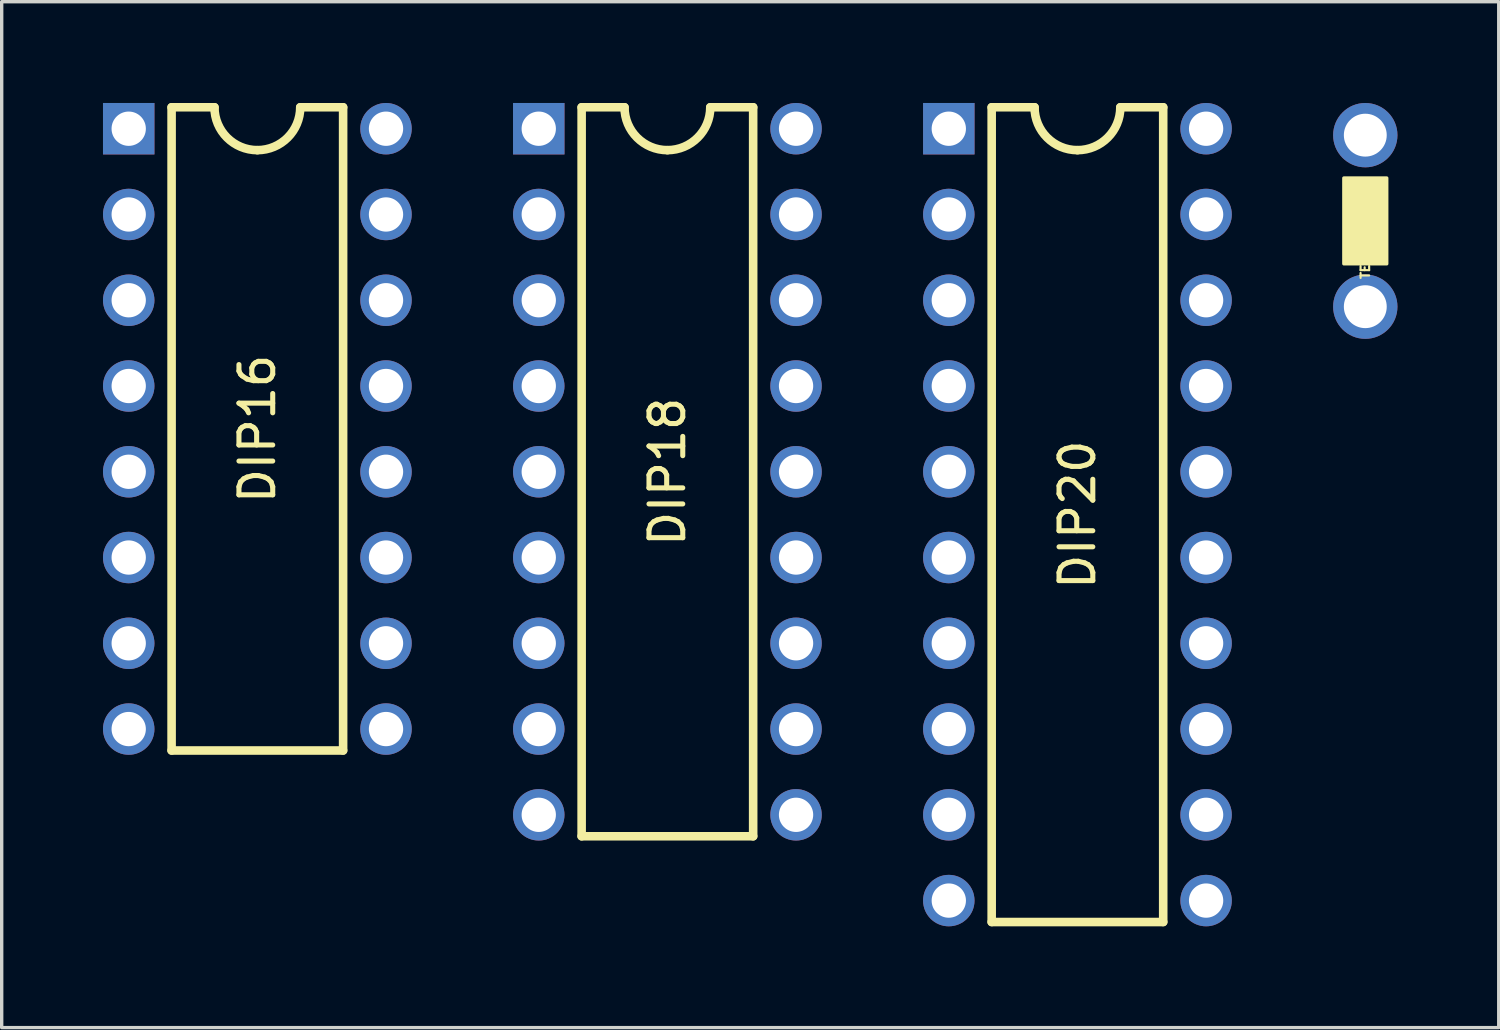
<source format=kicad_pcb>
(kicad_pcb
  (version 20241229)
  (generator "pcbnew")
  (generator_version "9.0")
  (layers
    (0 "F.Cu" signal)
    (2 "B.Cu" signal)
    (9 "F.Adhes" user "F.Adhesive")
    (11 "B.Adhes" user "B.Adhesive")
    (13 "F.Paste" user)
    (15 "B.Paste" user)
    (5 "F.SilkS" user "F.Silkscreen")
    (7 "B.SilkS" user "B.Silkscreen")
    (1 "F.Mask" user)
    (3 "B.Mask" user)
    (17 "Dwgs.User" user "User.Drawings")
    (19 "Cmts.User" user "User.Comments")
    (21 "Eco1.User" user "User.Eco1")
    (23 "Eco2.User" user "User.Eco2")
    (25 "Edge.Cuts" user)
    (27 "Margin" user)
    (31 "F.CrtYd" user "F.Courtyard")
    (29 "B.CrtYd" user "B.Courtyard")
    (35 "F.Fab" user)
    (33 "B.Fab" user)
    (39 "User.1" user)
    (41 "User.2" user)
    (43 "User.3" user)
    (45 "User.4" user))
  (footprint "DIP16"
    (layer "F.Cu")
    (at 4.572 9.652)
    (property "Reference" "DIP16" (at 0 0 90) (unlocked yes) (layer "F.SilkS") (effects (font (size 1 1) (thickness 0.15))))
    (attr through_hole)
    (fp_line (start -2.54 -9.525) (end -2.54 9.525) (stroke (width 0.254) (type solid)) (layer "F.SilkS"))
    (fp_line (start -2.54 -9.525) (end -1.27 -9.525) (stroke (width 0.254) (type solid)) (layer "F.SilkS"))
    (fp_line (start -2.54 9.525) (end 2.54 9.525) (stroke (width 0.254) (type solid)) (layer "F.SilkS"))
    (fp_line (start 2.54 -9.525) (end 1.27 -9.525) (stroke (width 0.254) (type solid)) (layer "F.SilkS"))
    (fp_line (start 2.54 9.525) (end 2.54 -9.525) (stroke (width 0.254) (type solid)) (layer "F.SilkS"))
    (fp_arc (start 0 -8.255) (mid -0.898026 -8.626974) (end -1.27 -9.525) (stroke (width 0.254) (type solid)) (layer "F.SilkS"))
    (fp_arc (start 1.27 -9.525) (mid 0.898026 -8.626974) (end 0 -8.255) (stroke (width 0.254) (type solid)) (layer "F.SilkS"))
    (pad "1" thru_hole rect (at -3.81 -8.89) (size 1.524 1.524) (drill 1.016) (layers "*.Cu" "*.Mask"))
    (pad "2" thru_hole circle (at -3.81 -6.35) (size 1.524 1.524) (drill 1.016) (layers "*.Cu" "*.Mask"))
    (pad "3" thru_hole circle (at -3.81 -3.81) (size 1.524 1.524) (drill 1.016) (layers "*.Cu" "*.Mask"))
    (pad "4" thru_hole circle (at -3.81 -1.27) (size 1.524 1.524) (drill 1.016) (layers "*.Cu" "*.Mask"))
    (pad "5" thru_hole circle (at -3.81 1.27) (size 1.524 1.524) (drill 1.016) (layers "*.Cu" "*.Mask"))
    (pad "6" thru_hole circle (at -3.81 3.81) (size 1.524 1.524) (drill 1.016) (layers "*.Cu" "*.Mask"))
    (pad "7" thru_hole circle (at -3.81 6.35) (size 1.524 1.524) (drill 1.016) (layers "*.Cu" "*.Mask"))
    (pad "8" thru_hole circle (at -3.81 8.89) (size 1.524 1.524) (drill 1.016) (layers "*.Cu" "*.Mask"))
    (pad "9" thru_hole circle (at 3.81 8.89) (size 1.524 1.524) (drill 1.016) (layers "*.Cu" "*.Mask"))
    (pad "10" thru_hole circle (at 3.81 6.35) (size 1.524 1.524) (drill 1.016) (layers "*.Cu" "*.Mask"))
    (pad "11" thru_hole circle (at 3.81 3.81) (size 1.524 1.524) (drill 1.016) (layers "*.Cu" "*.Mask"))
    (pad "12" thru_hole circle (at 3.81 1.27) (size 1.524 1.524) (drill 1.016) (layers "*.Cu" "*.Mask"))
    (pad "13" thru_hole circle (at 3.81 -1.27) (size 1.524 1.524) (drill 1.016) (layers "*.Cu" "*.Mask"))
    (pad "14" thru_hole circle (at 3.81 -3.81) (size 1.524 1.524) (drill 1.016) (layers "*.Cu" "*.Mask"))
    (pad "15" thru_hole circle (at 3.81 -6.35) (size 1.524 1.524) (drill 1.016) (layers "*.Cu" "*.Mask"))
    (pad "16" thru_hole circle (at 3.81 -8.89) (size 1.524 1.524) (drill 1.016) (layers "*.Cu" "*.Mask")))
  (footprint "DIP20"
    (layer "F.Cu")
    (at 28.86 12.192)
    (property "Reference" "DIP20" (at 0 0 90) (unlocked yes) (layer "F.SilkS") (effects (font (size 1 1) (thickness 0.15))))
    (attr through_hole)
    (fp_line (start -2.54 -12.065) (end -2.54 12.065) (stroke (width 0.254) (type solid)) (layer "F.SilkS"))
    (fp_line (start -2.54 12.065) (end 2.54 12.065) (stroke (width 0.254) (type solid)) (layer "F.SilkS"))
    (fp_line (start -1.27 -12.065) (end -2.54 -12.065) (stroke (width 0.254) (type solid)) (layer "F.SilkS"))
    (fp_line (start 2.54 -12.065) (end 1.27 -12.065) (stroke (width 0.254) (type solid)) (layer "F.SilkS"))
    (fp_line (start 2.54 12.065) (end 2.54 -12.065) (stroke (width 0.254) (type solid)) (layer "F.SilkS"))
    (fp_arc (start 0 -10.795) (mid -0.898026 -11.166974) (end -1.27 -12.065) (stroke (width 0.254) (type solid)) (layer "F.SilkS"))
    (fp_arc (start 1.27 -12.065) (mid 0.898026 -11.166974) (end 0 -10.795) (stroke (width 0.254) (type solid)) (layer "F.SilkS"))
    (pad "1" thru_hole rect (at -3.81 -11.43) (size 1.524 1.524) (drill 1.016) (layers "*.Cu" "*.Mask"))
    (pad "2" thru_hole circle (at -3.81 -8.89) (size 1.524 1.524) (drill 1.016) (layers "*.Cu" "*.Mask"))
    (pad "3" thru_hole circle (at -3.81 -6.35) (size 1.524 1.524) (drill 1.016) (layers "*.Cu" "*.Mask"))
    (pad "4" thru_hole circle (at -3.81 -3.81) (size 1.524 1.524) (drill 1.016) (layers "*.Cu" "*.Mask"))
    (pad "5" thru_hole circle (at -3.81 -1.27) (size 1.524 1.524) (drill 1.016) (layers "*.Cu" "*.Mask"))
    (pad "6" thru_hole circle (at -3.81 1.27) (size 1.524 1.524) (drill 1.016) (layers "*.Cu" "*.Mask"))
    (pad "7" thru_hole circle (at -3.81 3.81) (size 1.524 1.524) (drill 1.016) (layers "*.Cu" "*.Mask"))
    (pad "8" thru_hole circle (at -3.81 6.35) (size 1.524 1.524) (drill 1.016) (layers "*.Cu" "*.Mask"))
    (pad "9" thru_hole circle (at -3.81 8.89) (size 1.524 1.524) (drill 1.016) (layers "*.Cu" "*.Mask"))
    (pad "10" thru_hole circle (at -3.81 11.43) (size 1.524 1.524) (drill 1.016) (layers "*.Cu" "*.Mask"))
    (pad "11" thru_hole circle (at 3.81 11.43) (size 1.524 1.524) (drill 1.016) (layers "*.Cu" "*.Mask"))
    (pad "12" thru_hole circle (at 3.81 8.89) (size 1.524 1.524) (drill 1.016) (layers "*.Cu" "*.Mask"))
    (pad "13" thru_hole circle (at 3.81 6.35) (size 1.524 1.524) (drill 1.016) (layers "*.Cu" "*.Mask"))
    (pad "14" thru_hole circle (at 3.81 3.81) (size 1.524 1.524) (drill 1.016) (layers "*.Cu" "*.Mask"))
    (pad "15" thru_hole circle (at 3.81 1.27) (size 1.524 1.524) (drill 1.016) (layers "*.Cu" "*.Mask"))
    (pad "16" thru_hole circle (at 3.81 -1.27) (size 1.524 1.524) (drill 1.016) (layers "*.Cu" "*.Mask"))
    (pad "17" thru_hole circle (at 3.81 -3.81) (size 1.524 1.524) (drill 1.016) (layers "*.Cu" "*.Mask"))
    (pad "18" thru_hole circle (at 3.81 -6.35) (size 1.524 1.524) (drill 1.016) (layers "*.Cu" "*.Mask"))
    (pad "19" thru_hole circle (at 3.81 -8.89) (size 1.524 1.524) (drill 1.016) (layers "*.Cu" "*.Mask"))
    (pad "20" thru_hole circle (at 3.81 -11.43) (size 1.524 1.524) (drill 1.016) (layers "*.Cu" "*.Mask")))
  (footprint "DIP18"
    (layer "F.Cu")
    (at 16.716 10.922)
    (property "Reference" "DIP18" (at 0 0 90) (unlocked yes) (layer "F.SilkS") (effects (font (size 1 1) (thickness 0.15))))
    (attr through_hole)
    (fp_line (start -2.54 -10.795) (end -2.54 10.795) (stroke (width 0.254) (type solid)) (layer "F.SilkS"))
    (fp_line (start -2.54 10.795) (end 2.54 10.795) (stroke (width 0.254) (type solid)) (layer "F.SilkS"))
    (fp_line (start -1.27 -10.795) (end -2.54 -10.795) (stroke (width 0.254) (type solid)) (layer "F.SilkS"))
    (fp_line (start 2.54 -10.795) (end 1.27 -10.795) (stroke (width 0.254) (type solid)) (layer "F.SilkS"))
    (fp_line (start 2.54 10.795) (end 2.54 -10.795) (stroke (width 0.254) (type solid)) (layer "F.SilkS"))
    (fp_arc (start 0 -9.525) (mid -0.898026 -9.896974) (end -1.27 -10.795) (stroke (width 0.254) (type solid)) (layer "F.SilkS"))
    (fp_arc (start 1.27 -10.795) (mid 0.898026 -9.896974) (end 0 -9.525) (stroke (width 0.254) (type solid)) (layer "F.SilkS"))
    (pad "1" thru_hole rect (at -3.81 -10.16) (size 1.524 1.524) (drill 1.016) (layers "*.Cu" "*.Mask"))
    (pad "2" thru_hole circle (at -3.81 -7.62) (size 1.524 1.524) (drill 1.016) (layers "*.Cu" "*.Mask"))
    (pad "3" thru_hole circle (at -3.81 -5.08) (size 1.524 1.524) (drill 1.016) (layers "*.Cu" "*.Mask"))
    (pad "4" thru_hole circle (at -3.81 -2.54) (size 1.524 1.524) (drill 1.016) (layers "*.Cu" "*.Mask"))
    (pad "5" thru_hole circle (at -3.81 0) (size 1.524 1.524) (drill 1.016) (layers "*.Cu" "*.Mask"))
    (pad "6" thru_hole circle (at -3.81 2.54) (size 1.524 1.524) (drill 1.016) (layers "*.Cu" "*.Mask"))
    (pad "7" thru_hole circle (at -3.81 5.08) (size 1.524 1.524) (drill 1.016) (layers "*.Cu" "*.Mask"))
    (pad "8" thru_hole circle (at -3.81 7.62) (size 1.524 1.524) (drill 1.016) (layers "*.Cu" "*.Mask"))
    (pad "9" thru_hole circle (at -3.81 10.16) (size 1.524 1.524) (drill 1.016) (layers "*.Cu" "*.Mask"))
    (pad "10" thru_hole circle (at 3.81 10.16) (size 1.524 1.524) (drill 1.016) (layers "*.Cu" "*.Mask"))
    (pad "11" thru_hole circle (at 3.81 7.62) (size 1.524 1.524) (drill 1.016) (layers "*.Cu" "*.Mask"))
    (pad "12" thru_hole circle (at 3.81 5.08) (size 1.524 1.524) (drill 1.016) (layers "*.Cu" "*.Mask"))
    (pad "13" thru_hole circle (at 3.81 2.54) (size 1.524 1.524) (drill 1.016) (layers "*.Cu" "*.Mask"))
    (pad "14" thru_hole circle (at 3.81 0) (size 1.524 1.524) (drill 1.016) (layers "*.Cu" "*.Mask"))
    (pad "15" thru_hole circle (at 3.81 -2.54) (size 1.524 1.524) (drill 1.016) (layers "*.Cu" "*.Mask"))
    (pad "16" thru_hole circle (at 3.81 -5.08) (size 1.524 1.524) (drill 1.016) (layers "*.Cu" "*.Mask"))
    (pad "17" thru_hole circle (at 3.81 -7.62) (size 1.524 1.524) (drill 1.016) (layers "*.Cu" "*.Mask"))
    (pad "18" thru_hole circle (at 3.81 -10.16) (size 1.524 1.524) (drill 1.016) (layers "*.Cu" "*.Mask")))
  (footprint "TEST_POINT"
    (layer "F.Cu")
    (at 37.385 3.493)
    (property "Reference" "TEST_POINT" (at 0 0.635 90) (layer "F.SilkS") (effects (font (size 0.254 0.254) (thickness 0.064))))
    (attr through_hole)
    (fp_poly (pts (xy 0.635 1.27) (xy -0.635 1.27) (xy -0.635 -1.27) (xy 0.635 -1.27)) (stroke (width 0.1) (type solid)) (fill yes) (layer "F.SilkS"))
    (pad "1" thru_hole circle (at 0 2.54) (size 1.905 1.905) (drill 1.27) (layers "*.Cu" "*.Mask"))
    (pad "2" thru_hole circle (at 0 -2.54) (size 1.905 1.905) (drill 1.27) (layers "*.Cu" "*.Mask")))
  (gr_rect
    (start -3 -3)
    (end 41.337 27.384)
    (stroke (width 0.1) (type default))
    (fill no)
    (layer "Edge.Cuts")))
</source>
